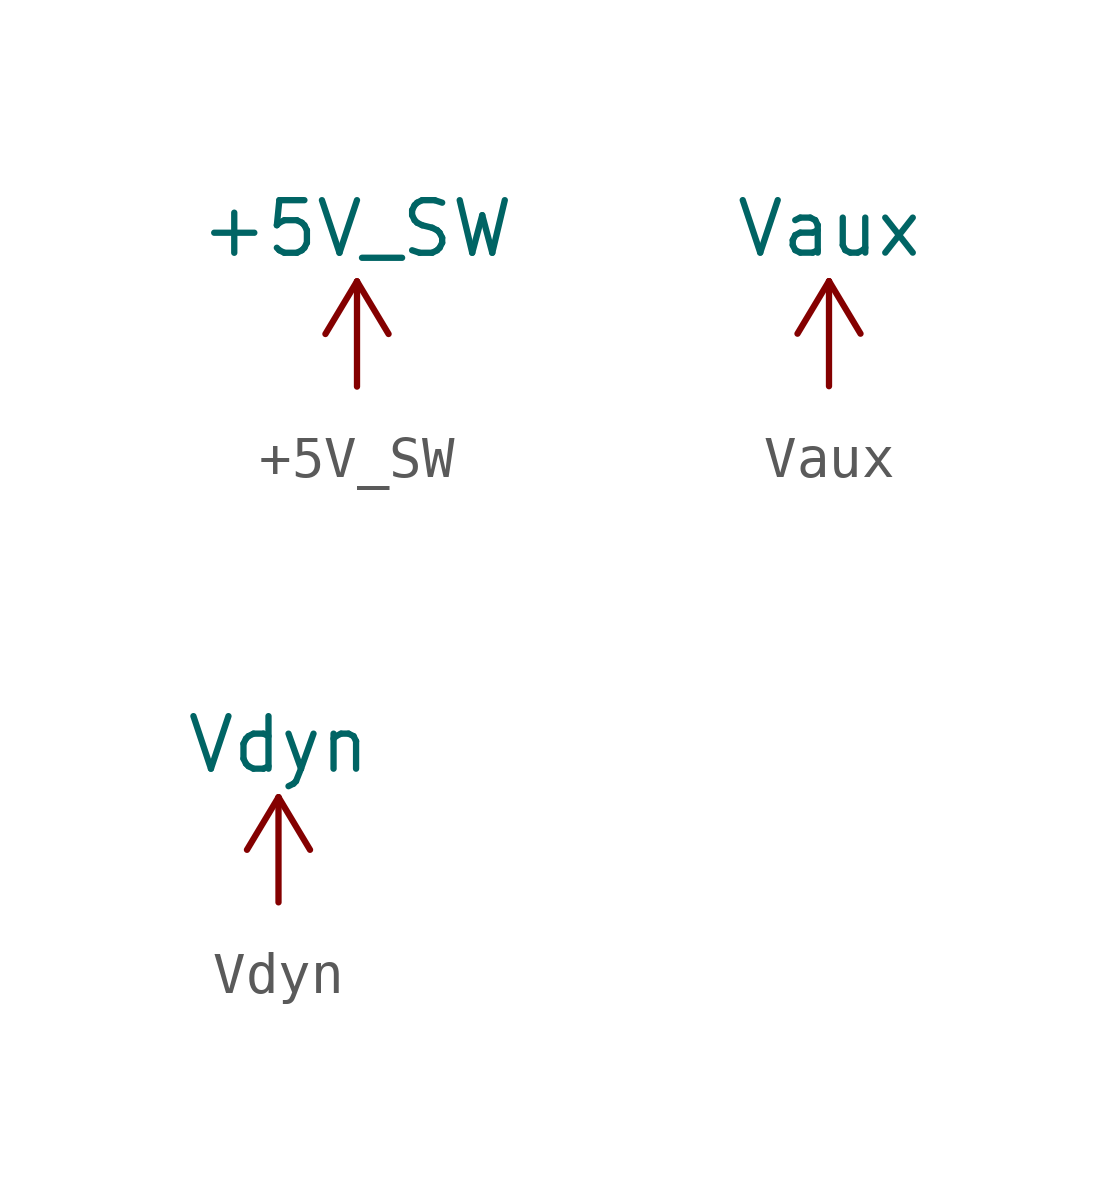
<source format=kicad_sym>
(kicad_symbol_lib
  (version 20220914)
  (generator kicad_symbol_editor)
  (symbol "+5V_SW"
    (power)
    (pin_names
      (offset 0))
    (property "Reference" "#PWR"
      (at 0 -3.81 0)
      (effects (font (size 1.27 1.27)) hide))
    (property "Value" "+5V_SW"
      (at 0 3.81 0)
      (effects (font (size 1.27 1.27))))
    (symbol "+5V_SW_0_1"
      (polyline (pts (xy -0.762 1.27) (xy 0 2.54)) (stroke (width 0) (type default)) (fill (type none)))
      (polyline (pts (xy 0 0) (xy 0 2.54)) (stroke (width 0) (type default)) (fill (type none)))
      (polyline (pts (xy 0 2.54) (xy 0.762 1.27)) (stroke (width 0) (type default)) (fill (type none))))
    (symbol "+5V_SW_1_1"
      (pin power_in line (at 0 0 90) (length 0) hide (name "+5V_SW" (effects (font (size 1.27 1.27)))) (number "1" (effects (font (size 1.27 1.27)))))))
  (symbol "Vaux"
    (power)
    (pin_names
      (offset 0))
    (property "Reference" "#PWR"
      (at 0 -3.81 0)
      (effects (font (size 1.27 1.27)) hide))
    (property "Value" "Vaux"
      (at 0 3.81 0)
      (effects (font (size 1.27 1.27))))
    (symbol "Vaux_0_1"
      (polyline (pts (xy -0.762 1.27) (xy 0 2.54)) (stroke (width 0) (type default)) (fill (type none)))
      (polyline (pts (xy 0 0) (xy 0 2.54)) (stroke (width 0) (type default)) (fill (type none)))
      (polyline (pts (xy 0 2.54) (xy 0.762 1.27)) (stroke (width 0) (type default)) (fill (type none))))
    (symbol "Vaux_1_1"
      (pin power_in line (at 0 0 90) (length 0) hide (name "Vaux" (effects (font (size 1.27 1.27)))) (number "1" (effects (font (size 1.27 1.27)))))))
  (symbol "Vdyn"
    (power)
    (pin_names
      (offset 0))
    (property "Reference" "#PWR"
      (at 0 -3.81 0)
      (effects (font (size 1.27 1.27)) hide))
    (property "Value" "Vdyn"
      (at 0 3.81 0)
      (effects (font (size 1.27 1.27))))
    (symbol "Vdyn_0_1"
      (polyline (pts (xy -0.762 1.27) (xy 0 2.54)) (stroke (width 0) (type default)) (fill (type none)))
      (polyline (pts (xy 0 0) (xy 0 2.54)) (stroke (width 0) (type default)) (fill (type none)))
      (polyline (pts (xy 0 2.54) (xy 0.762 1.27)) (stroke (width 0) (type default)) (fill (type none))))
    (symbol "Vdyn_1_1"
      (pin power_in line (at 0 0 90) (length 0) hide (name "Vdyn" (effects (font (size 1.27 1.27)))) (number "1" (effects (font (size 1.27 1.27))))))))
</source>
